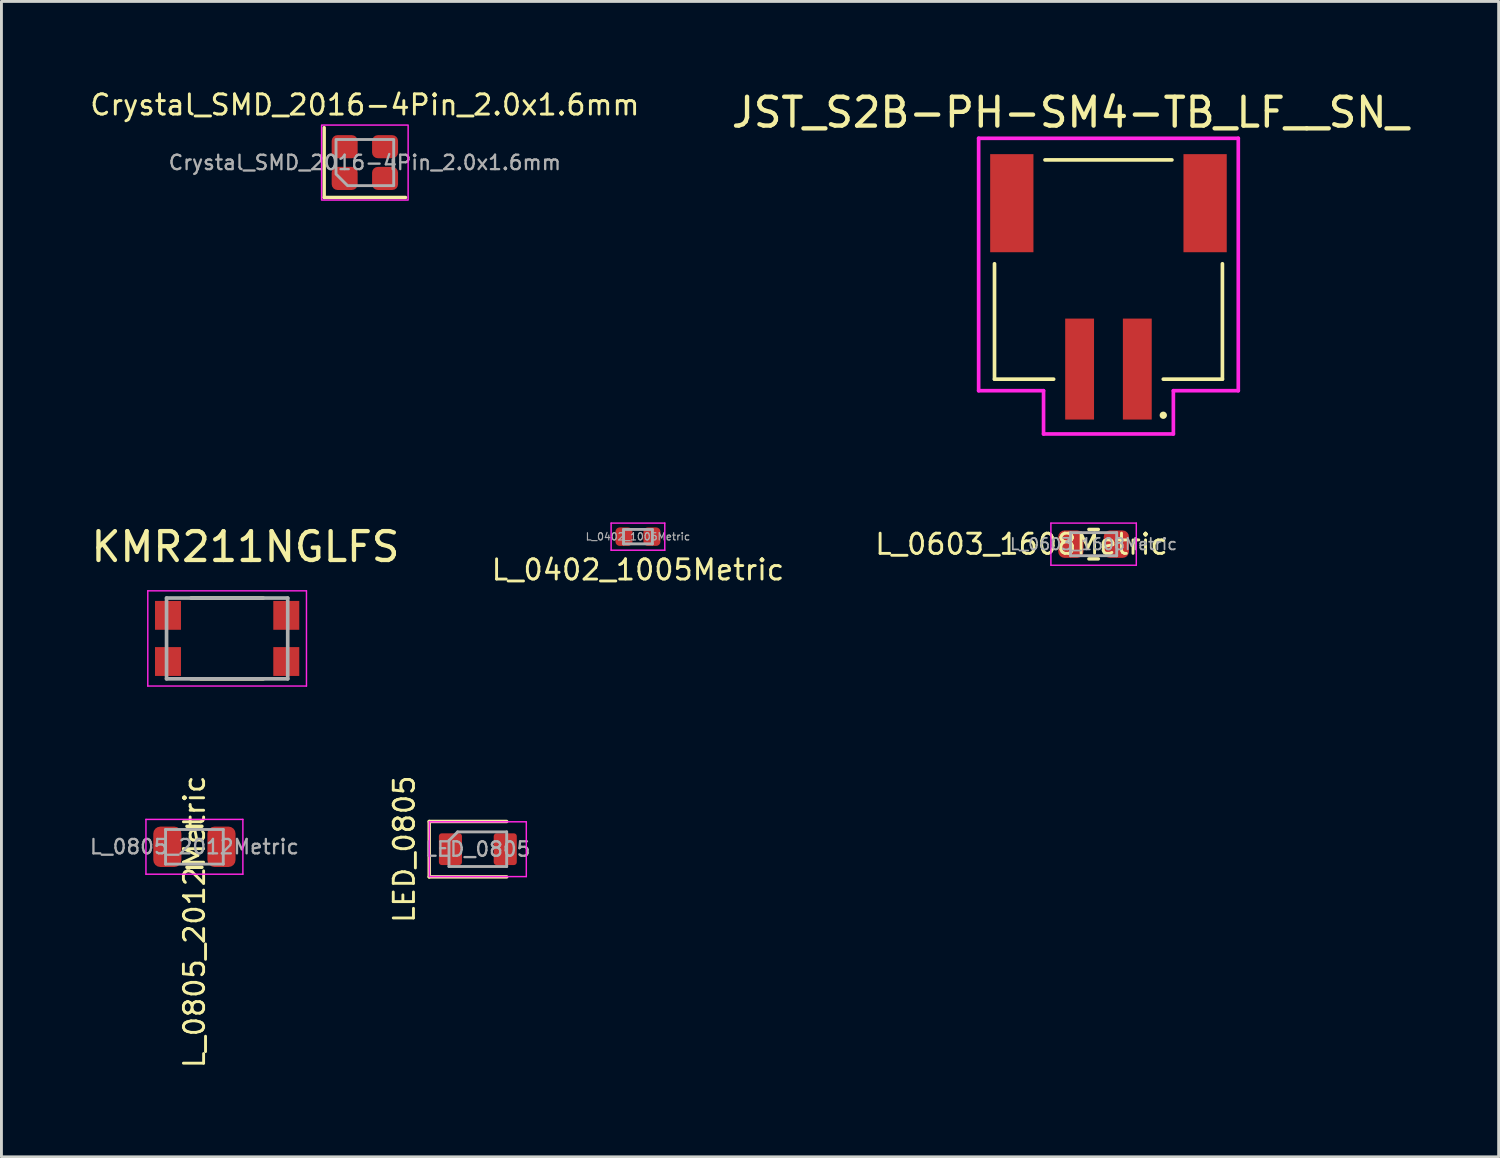
<source format=kicad_pcb>
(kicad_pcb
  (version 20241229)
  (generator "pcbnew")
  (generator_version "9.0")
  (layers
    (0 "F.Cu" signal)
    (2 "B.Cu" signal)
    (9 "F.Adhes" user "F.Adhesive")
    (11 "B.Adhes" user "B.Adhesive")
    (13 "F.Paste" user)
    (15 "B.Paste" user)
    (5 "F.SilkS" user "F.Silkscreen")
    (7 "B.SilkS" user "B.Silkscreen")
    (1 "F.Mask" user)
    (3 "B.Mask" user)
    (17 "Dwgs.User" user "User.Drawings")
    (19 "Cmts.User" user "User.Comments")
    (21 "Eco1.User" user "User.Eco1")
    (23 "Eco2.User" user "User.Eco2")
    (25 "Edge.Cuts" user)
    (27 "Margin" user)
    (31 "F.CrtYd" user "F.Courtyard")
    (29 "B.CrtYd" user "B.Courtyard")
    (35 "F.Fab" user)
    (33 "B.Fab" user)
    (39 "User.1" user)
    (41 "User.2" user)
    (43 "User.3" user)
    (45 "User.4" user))
  (footprint "JST_S2B-PH-SM4-TB_LF__SN_"
    (layer "F.Cu")
    (at 35.372 9.743)
    (property "Reference" "JST_S2B-PH-SM4-TB_LF__SN_" (at -1.326 -8.895 0) (layer "F.SilkS") (effects (font (size 1.001 1.001) (thickness 0.15))))
    (attr smd)
    (fp_line (start -3.95 -3.65) (end -3.95 0.35) (stroke (width 0.127) (type solid)) (layer "F.SilkS"))
    (fp_line (start -3.95 0.35) (end -1.9 0.35) (stroke (width 0.127) (type solid)) (layer "F.SilkS"))
    (fp_line (start 1.9 0.35) (end 3.95 0.35) (stroke (width 0.127) (type solid)) (layer "F.SilkS"))
    (fp_line (start 2.2 -7.25) (end -2.2 -7.25) (stroke (width 0.127) (type solid)) (layer "F.SilkS"))
    (fp_line (start 3.95 0.35) (end 3.95 -3.65) (stroke (width 0.127) (type solid)) (layer "F.SilkS"))
    (fp_circle (center 1.9 1.6) (end 2.027 1.6) (stroke (width 0) (type solid)) (fill yes) (layer "F.SilkS"))
    (fp_line (start -4.5 -8) (end 4.5 -8) (stroke (width 0.127) (type solid)) (layer "F.CrtYd"))
    (fp_line (start -4.5 0.75) (end -4.5 -8) (stroke (width 0.127) (type solid)) (layer "F.CrtYd"))
    (fp_line (start -2.25 0.75) (end -4.5 0.75) (stroke (width 0.127) (type solid)) (layer "F.CrtYd"))
    (fp_line (start -2.25 2.25) (end -2.25 0.75) (stroke (width 0.127) (type solid)) (layer "F.CrtYd"))
    (fp_line (start 2.25 0.75) (end 2.25 2.25) (stroke (width 0.127) (type solid)) (layer "F.CrtYd"))
    (fp_line (start 2.25 2.25) (end -2.25 2.25) (stroke (width 0.127) (type solid)) (layer "F.CrtYd"))
    (fp_line (start 4.5 -8) (end 4.5 0.75) (stroke (width 0.127) (type solid)) (layer "F.CrtYd"))
    (fp_line (start 4.5 0.75) (end 2.25 0.75) (stroke (width 0.127) (type solid)) (layer "F.CrtYd"))
    (pad "1" smd rect (at 1 0) (size 1 3.5) (layers "F.Cu" "F.Mask" "F.Paste"))
    (pad "2" smd rect (at -1 0) (size 1 3.5) (layers "F.Cu" "F.Mask" "F.Paste"))
    (pad "P1" smd rect (at 3.35 -5.75) (size 1.5 3.4) (layers "F.Cu" "F.Mask" "F.Paste"))
    (pad "P2" smd rect (at -3.35 -5.75) (size 1.5 3.4) (layers "F.Cu" "F.Mask" "F.Paste")))
  (footprint "Crystal_SMD_2016-4Pin_2.0x1.6mm"
    (layer "F.Cu")
    (at 9.597 2.585)
    (property "Reference" "Crystal_SMD_2016-4Pin_2.0x1.6mm" (at 0 -2 180) (layer "F.SilkS") (effects (font (size 0.7 0.7) (thickness 0.1))))
    (attr smd)
    (fp_line (start -1.41 -1.21) (end -1.41 1.21) (stroke (width 0.12) (type solid)) (layer "F.SilkS"))
    (fp_line (start -1.41 1.21) (end 1.41 1.21) (stroke (width 0.12) (type solid)) (layer "F.SilkS"))
    (fp_poly (pts (xy -1.5 -1.3) (xy 1.5 -1.3) (xy 1.5 1.3) (xy -1.5 1.3)) (stroke (width 0.05) (type solid)) (fill no) (layer "F.CrtYd"))
    (fp_poly (pts (xy -1 -0.8) (xy -1 0.4) (xy -0.6 0.8) (xy 1 0.8) (xy 1 -0.8)) (stroke (width 0.1) (type solid)) (fill no) (layer "F.Fab"))
    (fp_text user "${REFERENCE}" (at 0 0 180) (layer "F.Fab") (effects (font (size 0.5 0.5) (thickness 0.08))))
    (pad "1" smd roundrect (at -0.7 0.55) (size 0.9 0.8) (layers "F.Cu" "F.Mask" "F.Paste") (roundrect_rratio 0.25))
    (pad "2" smd roundrect (at 0.7 0.55) (size 0.9 0.8) (layers "F.Cu" "F.Mask" "F.Paste") (roundrect_rratio 0.25))
    (pad "3" smd roundrect (at 0.7 -0.55) (size 0.9 0.8) (layers "F.Cu" "F.Mask" "F.Paste") (roundrect_rratio 0.25))
    (pad "4" smd roundrect (at -0.7 -0.55) (size 0.9 0.8) (layers "F.Cu" "F.Mask" "F.Paste") (roundrect_rratio 0.25)))
  (footprint "KMR211NGLFS"
    (layer "F.Cu")
    (at 4.823 19.08)
    (property "Reference" "KMR211NGLFS" (at 0.635 -3.175 0) (layer "F.SilkS") (effects (font (size 1 1) (thickness 0.15))))
    (attr smd)
    (fp_line (start -1.25 -1.4) (end 1.25 -1.4) (stroke (width 0.127) (type solid)) (layer "F.SilkS"))
    (fp_line (start -1.25 1.4) (end 1.25 1.4) (stroke (width 0.127) (type solid)) (layer "F.SilkS"))
    (fp_line (start -2.75 -1.65) (end 2.75 -1.65) (stroke (width 0.05) (type solid)) (layer "F.CrtYd"))
    (fp_line (start -2.75 1.65) (end -2.75 -1.65) (stroke (width 0.05) (type solid)) (layer "F.CrtYd"))
    (fp_line (start 2.75 -1.65) (end 2.75 1.65) (stroke (width 0.05) (type solid)) (layer "F.CrtYd"))
    (fp_line (start 2.75 1.65) (end -2.75 1.65) (stroke (width 0.05) (type solid)) (layer "F.CrtYd"))
    (fp_line (start -2.1 -1.4) (end 2.1 -1.4) (stroke (width 0.127) (type solid)) (layer "F.Fab"))
    (fp_line (start -2.1 1.4) (end -2.1 -1.4) (stroke (width 0.127) (type solid)) (layer "F.Fab"))
    (fp_line (start 2.1 -1.4) (end 2.1 1.4) (stroke (width 0.127) (type solid)) (layer "F.Fab"))
    (fp_line (start 2.1 1.4) (end -2.1 1.4) (stroke (width 0.127) (type solid)) (layer "F.Fab"))
    (pad "1" smd rect (at -2.05 -0.8) (size 0.9 1) (layers "F.Cu" "F.Mask" "F.Paste"))
    (pad "2" smd rect (at 2.05 -0.8) (size 0.9 1) (layers "F.Cu" "F.Mask" "F.Paste"))
    (pad "3" smd rect (at -2.05 0.8) (size 0.9 1) (layers "F.Cu" "F.Mask" "F.Paste"))
    (pad "4" smd rect (at 2.05 0.8) (size 0.9 1) (layers "F.Cu" "F.Mask" "F.Paste")))
  (footprint "L_0402_1005Metric"
    (layer "F.Cu")
    (at 19.063 15.552)
    (property "Reference" "L_0402_1005Metric" (at 0 1.15 180) (layer "F.SilkS") (effects (font (size 0.7 0.7) (thickness 0.1))))
    (attr smd)
    (fp_line (start -0.93 -0.47) (end 0.93 -0.47) (stroke (width 0.05) (type solid)) (layer "F.CrtYd"))
    (fp_line (start -0.93 0.47) (end -0.93 -0.47) (stroke (width 0.05) (type solid)) (layer "F.CrtYd"))
    (fp_line (start 0.93 -0.47) (end 0.93 0.47) (stroke (width 0.05) (type solid)) (layer "F.CrtYd"))
    (fp_line (start 0.93 0.47) (end -0.93 0.47) (stroke (width 0.05) (type solid)) (layer "F.CrtYd"))
    (fp_line (start -0.5 -0.25) (end 0.5 -0.25) (stroke (width 0.1) (type solid)) (layer "F.Fab"))
    (fp_line (start -0.5 0.25) (end -0.5 -0.25) (stroke (width 0.1) (type solid)) (layer "F.Fab"))
    (fp_line (start 0.5 -0.25) (end 0.5 0.25) (stroke (width 0.1) (type solid)) (layer "F.Fab"))
    (fp_line (start 0.5 0.25) (end -0.5 0.25) (stroke (width 0.1) (type solid)) (layer "F.Fab"))
    (fp_text user "${REFERENCE}" (at 0 0 180) (layer "F.Fab") (effects (font (size 0.25 0.25) (thickness 0.04))))
    (pad "1" smd roundrect (at -0.485 0) (size 0.59 0.64) (layers "F.Cu" "F.Mask" "F.Paste") (roundrect_rratio 0.25))
    (pad "2" smd roundrect (at 0.485 0) (size 0.59 0.64) (layers "F.Cu" "F.Mask" "F.Paste") (roundrect_rratio 0.25)))
  (footprint "L_0805_2012Metric"
    (layer "F.Cu")
    (at 3.689 26.302)
    (property "Reference" "L_0805_2012Metric" (at 0 2.6 270) (layer "F.SilkS") (effects (font (size 0.7 0.7) (thickness 0.1))))
    (attr smd)
    (fp_line (start -0.259 -0.71) (end 0.259 -0.71) (stroke (width 0.12) (type solid)) (layer "F.SilkS"))
    (fp_line (start -0.259 0.71) (end 0.259 0.71) (stroke (width 0.12) (type solid)) (layer "F.SilkS"))
    (fp_line (start -1.68 -0.95) (end 1.68 -0.95) (stroke (width 0.05) (type solid)) (layer "F.CrtYd"))
    (fp_line (start -1.68 0.95) (end -1.68 -0.95) (stroke (width 0.05) (type solid)) (layer "F.CrtYd"))
    (fp_line (start 1.68 -0.95) (end 1.68 0.95) (stroke (width 0.05) (type solid)) (layer "F.CrtYd"))
    (fp_line (start 1.68 0.95) (end -1.68 0.95) (stroke (width 0.05) (type solid)) (layer "F.CrtYd"))
    (fp_line (start -1 -0.6) (end 1 -0.6) (stroke (width 0.1) (type solid)) (layer "F.Fab"))
    (fp_line (start -1 0.6) (end -1 -0.6) (stroke (width 0.1) (type solid)) (layer "F.Fab"))
    (fp_line (start 1 -0.6) (end 1 0.6) (stroke (width 0.1) (type solid)) (layer "F.Fab"))
    (fp_line (start 1 0.6) (end -1 0.6) (stroke (width 0.1) (type solid)) (layer "F.Fab"))
    (fp_text user "${REFERENCE}" (at 0 0 180) (layer "F.Fab") (effects (font (size 0.5 0.5) (thickness 0.08))))
    (pad "1" smd roundrect (at -0.938 0) (size 0.975 1.4) (layers "F.Cu" "F.Mask" "F.Paste") (roundrect_rratio 0.25))
    (pad "2" smd roundrect (at 0.938 0) (size 0.975 1.4) (layers "F.Cu" "F.Mask" "F.Paste") (roundrect_rratio 0.25)))
  (footprint "L_0603_1608Metric"
    (layer "F.Cu")
    (at 34.857 15.812)
    (property "Reference" "L_0603_1608Metric" (at -2.5 0 180) (layer "F.SilkS") (effects (font (size 0.7 0.7) (thickness 0.1))))
    (attr smd)
    (fp_line (start -0.163 -0.51) (end 0.163 -0.51) (stroke (width 0.12) (type solid)) (layer "F.SilkS"))
    (fp_line (start -0.163 0.51) (end 0.163 0.51) (stroke (width 0.12) (type solid)) (layer "F.SilkS"))
    (fp_line (start -1.48 -0.73) (end 1.48 -0.73) (stroke (width 0.05) (type solid)) (layer "F.CrtYd"))
    (fp_line (start -1.48 0.73) (end -1.48 -0.73) (stroke (width 0.05) (type solid)) (layer "F.CrtYd"))
    (fp_line (start 1.48 -0.73) (end 1.48 0.73) (stroke (width 0.05) (type solid)) (layer "F.CrtYd"))
    (fp_line (start 1.48 0.73) (end -1.48 0.73) (stroke (width 0.05) (type solid)) (layer "F.CrtYd"))
    (fp_line (start -0.8 -0.4) (end 0.8 -0.4) (stroke (width 0.1) (type solid)) (layer "F.Fab"))
    (fp_line (start -0.8 0.4) (end -0.8 -0.4) (stroke (width 0.1) (type solid)) (layer "F.Fab"))
    (fp_line (start 0.8 -0.4) (end 0.8 0.4) (stroke (width 0.1) (type solid)) (layer "F.Fab"))
    (fp_line (start 0.8 0.4) (end -0.8 0.4) (stroke (width 0.1) (type solid)) (layer "F.Fab"))
    (fp_text user "${REFERENCE}" (at 0 0 180) (layer "F.Fab") (effects (font (size 0.4 0.4) (thickness 0.06))))
    (pad "1" smd roundrect (at -0.788 0) (size 0.875 0.95) (layers "F.Cu" "F.Mask" "F.Paste") (roundrect_rratio 0.25))
    (pad "2" smd roundrect (at 0.788 0) (size 0.875 0.95) (layers "F.Cu" "F.Mask" "F.Paste") (roundrect_rratio 0.25)))
  (footprint "LED_0805"
    (layer "F.Cu")
    (at 13.513 26.385)
    (property "Reference" "LED_0805" (at -2.55 0 90) (layer "F.SilkS") (effects (font (size 0.7 0.7) (thickness 0.1))))
    (attr smd)
    (fp_line (start -1.685 -0.96) (end -1.685 0.96) (stroke (width 0.12) (type solid)) (layer "F.SilkS"))
    (fp_line (start -1.685 0.96) (end 1 0.96) (stroke (width 0.12) (type solid)) (layer "F.SilkS"))
    (fp_line (start 1 -0.96) (end -1.685 -0.96) (stroke (width 0.12) (type solid)) (layer "F.SilkS"))
    (fp_line (start -1.68 -0.95) (end 1.68 -0.95) (stroke (width 0.05) (type solid)) (layer "F.CrtYd"))
    (fp_line (start -1.68 0.95) (end -1.68 -0.95) (stroke (width 0.05) (type solid)) (layer "F.CrtYd"))
    (fp_line (start 1.68 -0.95) (end 1.68 0.95) (stroke (width 0.05) (type solid)) (layer "F.CrtYd"))
    (fp_line (start 1.68 0.95) (end -1.68 0.95) (stroke (width 0.05) (type solid)) (layer "F.CrtYd"))
    (fp_line (start -1 -0.3) (end -1 0.6) (stroke (width 0.1) (type solid)) (layer "F.Fab"))
    (fp_line (start -1 0.6) (end 1 0.6) (stroke (width 0.1) (type solid)) (layer "F.Fab"))
    (fp_line (start -0.7 -0.6) (end -1 -0.3) (stroke (width 0.1) (type solid)) (layer "F.Fab"))
    (fp_line (start 1 -0.6) (end -0.7 -0.6) (stroke (width 0.1) (type solid)) (layer "F.Fab"))
    (fp_line (start 1 0.6) (end 1 -0.6) (stroke (width 0.1) (type solid)) (layer "F.Fab"))
    (fp_text user "${REFERENCE}" (at 0 0 0) (layer "F.Fab") (effects (font (size 0.5 0.5) (thickness 0.08))))
    (pad "1" smd roundrect (at -0.95 0) (size 0.8 1.1) (layers "F.Cu" "F.Mask" "F.Paste") (roundrect_rratio 0.125))
    (pad "2" smd roundrect (at 0.95 0) (size 0.8 1.1) (layers "F.Cu" "F.Mask" "F.Paste") (roundrect_rratio 0.125)))
  (gr_rect
    (start -3 -3)
    (end 48.897 37.049)
    (stroke (width 0.1) (type default))
    (fill no)
    (layer "Edge.Cuts")))
</source>
